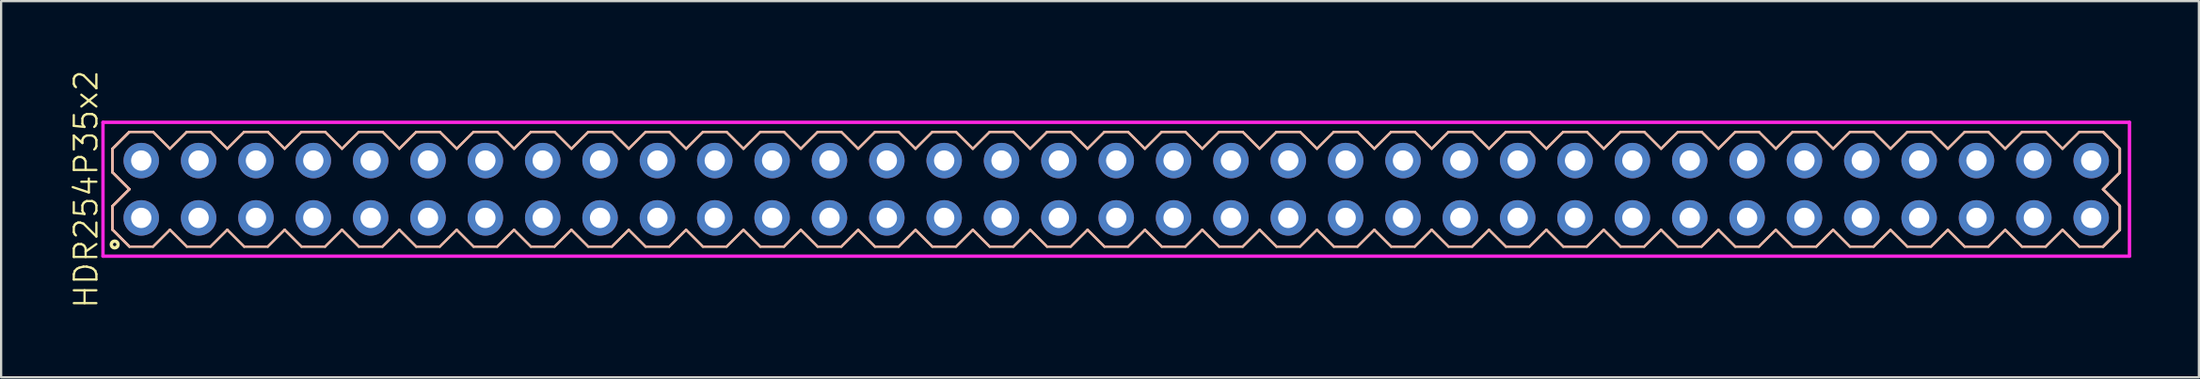
<source format=kicad_pcb>
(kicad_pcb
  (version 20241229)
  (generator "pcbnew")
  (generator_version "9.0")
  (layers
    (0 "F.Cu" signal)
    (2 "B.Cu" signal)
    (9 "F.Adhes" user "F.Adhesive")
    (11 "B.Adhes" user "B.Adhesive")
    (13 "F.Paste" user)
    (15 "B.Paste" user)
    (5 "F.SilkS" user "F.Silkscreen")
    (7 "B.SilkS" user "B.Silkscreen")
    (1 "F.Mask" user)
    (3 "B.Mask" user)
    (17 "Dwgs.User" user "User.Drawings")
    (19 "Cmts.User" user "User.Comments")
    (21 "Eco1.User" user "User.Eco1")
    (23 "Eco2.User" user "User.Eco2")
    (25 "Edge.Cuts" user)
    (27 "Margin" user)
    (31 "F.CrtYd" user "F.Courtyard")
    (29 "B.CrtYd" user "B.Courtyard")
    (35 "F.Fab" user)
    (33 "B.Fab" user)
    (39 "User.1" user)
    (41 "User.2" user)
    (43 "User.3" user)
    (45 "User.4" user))
  (footprint "HDR254P35x2"
    (layer "F.Cu")
    (at 46.386 5.336)
    (property "Reference" "HDR254P35x2" (at -45.625 0 90) (layer "F.SilkS") (effects (font (size 1 1) (thickness 0.1))))
    (attr through_hole)
    (fp_line (start -44.45 -1.796) (end -43.706 -2.54) (stroke (width 0.1) (type solid)) (layer "F.SilkS"))
    (fp_line (start -44.45 -1.796) (end -43.706 -2.54) (stroke (width 0.1) (type solid)) (layer "F.SilkS"))
    (fp_line (start -44.45 -0.744) (end -44.45 -1.796) (stroke (width 0.1) (type solid)) (layer "F.SilkS"))
    (fp_line (start -44.45 -0.744) (end -44.45 -1.796) (stroke (width 0.1) (type solid)) (layer "F.SilkS"))
    (fp_line (start -44.45 0.744) (end -43.706 0) (stroke (width 0.1) (type solid)) (layer "F.SilkS"))
    (fp_line (start -44.45 0.744) (end -43.706 0) (stroke (width 0.1) (type solid)) (layer "F.SilkS"))
    (fp_line (start -44.45 1.796) (end -44.45 0.744) (stroke (width 0.1) (type solid)) (layer "F.SilkS"))
    (fp_line (start -44.45 1.796) (end -44.45 0.744) (stroke (width 0.1) (type solid)) (layer "F.SilkS"))
    (fp_line (start -43.706 -2.54) (end -42.654 -2.54) (stroke (width 0.1) (type solid)) (layer "F.SilkS"))
    (fp_line (start -43.706 0) (end -44.45 -0.744) (stroke (width 0.1) (type solid)) (layer "F.SilkS"))
    (fp_line (start -43.706 0) (end -44.45 -0.744) (stroke (width 0.1) (type solid)) (layer "F.SilkS"))
    (fp_line (start -43.706 2.54) (end -44.45 1.796) (stroke (width 0.1) (type solid)) (layer "F.SilkS"))
    (fp_line (start -43.706 2.54) (end -44.45 1.796) (stroke (width 0.1) (type solid)) (layer "F.SilkS"))
    (fp_line (start -42.654 -2.54) (end -41.91 -1.796) (stroke (width 0.1) (type solid)) (layer "F.SilkS"))
    (fp_line (start -42.654 2.54) (end -43.706 2.54) (stroke (width 0.1) (type solid)) (layer "F.SilkS"))
    (fp_line (start -41.91 -1.796) (end -41.166 -2.54) (stroke (width 0.1) (type solid)) (layer "F.SilkS"))
    (fp_line (start -41.91 1.796) (end -42.654 2.54) (stroke (width 0.1) (type solid)) (layer "F.SilkS"))
    (fp_line (start -41.166 -2.54) (end -40.114 -2.54) (stroke (width 0.1) (type solid)) (layer "F.SilkS"))
    (fp_line (start -41.166 2.54) (end -41.91 1.796) (stroke (width 0.1) (type solid)) (layer "F.SilkS"))
    (fp_line (start -40.114 -2.54) (end -39.37 -1.796) (stroke (width 0.1) (type solid)) (layer "F.SilkS"))
    (fp_line (start -40.114 2.54) (end -41.166 2.54) (stroke (width 0.1) (type solid)) (layer "F.SilkS"))
    (fp_line (start -39.37 -1.796) (end -38.626 -2.54) (stroke (width 0.1) (type solid)) (layer "F.SilkS"))
    (fp_line (start -39.37 1.796) (end -40.114 2.54) (stroke (width 0.1) (type solid)) (layer "F.SilkS"))
    (fp_line (start -38.626 -2.54) (end -37.574 -2.54) (stroke (width 0.1) (type solid)) (layer "F.SilkS"))
    (fp_line (start -38.626 2.54) (end -39.37 1.796) (stroke (width 0.1) (type solid)) (layer "F.SilkS"))
    (fp_line (start -37.574 -2.54) (end -36.83 -1.796) (stroke (width 0.1) (type solid)) (layer "F.SilkS"))
    (fp_line (start -37.574 2.54) (end -38.626 2.54) (stroke (width 0.1) (type solid)) (layer "F.SilkS"))
    (fp_line (start -36.83 -1.796) (end -36.086 -2.54) (stroke (width 0.1) (type solid)) (layer "F.SilkS"))
    (fp_line (start -36.83 1.796) (end -37.574 2.54) (stroke (width 0.1) (type solid)) (layer "F.SilkS"))
    (fp_line (start -36.086 -2.54) (end -35.034 -2.54) (stroke (width 0.1) (type solid)) (layer "F.SilkS"))
    (fp_line (start -36.086 2.54) (end -36.83 1.796) (stroke (width 0.1) (type solid)) (layer "F.SilkS"))
    (fp_line (start -35.034 -2.54) (end -34.29 -1.796) (stroke (width 0.1) (type solid)) (layer "F.SilkS"))
    (fp_line (start -35.034 2.54) (end -36.086 2.54) (stroke (width 0.1) (type solid)) (layer "F.SilkS"))
    (fp_line (start -34.29 -1.796) (end -33.546 -2.54) (stroke (width 0.1) (type solid)) (layer "F.SilkS"))
    (fp_line (start -34.29 1.796) (end -35.034 2.54) (stroke (width 0.1) (type solid)) (layer "F.SilkS"))
    (fp_line (start -33.546 -2.54) (end -32.494 -2.54) (stroke (width 0.1) (type solid)) (layer "F.SilkS"))
    (fp_line (start -33.546 2.54) (end -34.29 1.796) (stroke (width 0.1) (type solid)) (layer "F.SilkS"))
    (fp_line (start -32.494 -2.54) (end -31.75 -1.796) (stroke (width 0.1) (type solid)) (layer "F.SilkS"))
    (fp_line (start -32.494 2.54) (end -33.546 2.54) (stroke (width 0.1) (type solid)) (layer "F.SilkS"))
    (fp_line (start -31.75 -1.796) (end -31.006 -2.54) (stroke (width 0.1) (type solid)) (layer "F.SilkS"))
    (fp_line (start -31.75 1.796) (end -32.494 2.54) (stroke (width 0.1) (type solid)) (layer "F.SilkS"))
    (fp_line (start -31.006 -2.54) (end -29.954 -2.54) (stroke (width 0.1) (type solid)) (layer "F.SilkS"))
    (fp_line (start -31.006 2.54) (end -31.75 1.796) (stroke (width 0.1) (type solid)) (layer "F.SilkS"))
    (fp_line (start -29.954 -2.54) (end -29.21 -1.796) (stroke (width 0.1) (type solid)) (layer "F.SilkS"))
    (fp_line (start -29.954 2.54) (end -31.006 2.54) (stroke (width 0.1) (type solid)) (layer "F.SilkS"))
    (fp_line (start -29.21 -1.796) (end -28.466 -2.54) (stroke (width 0.1) (type solid)) (layer "F.SilkS"))
    (fp_line (start -29.21 1.796) (end -29.954 2.54) (stroke (width 0.1) (type solid)) (layer "F.SilkS"))
    (fp_line (start -28.466 -2.54) (end -27.414 -2.54) (stroke (width 0.1) (type solid)) (layer "F.SilkS"))
    (fp_line (start -28.466 2.54) (end -29.21 1.796) (stroke (width 0.1) (type solid)) (layer "F.SilkS"))
    (fp_line (start -27.414 -2.54) (end -26.67 -1.796) (stroke (width 0.1) (type solid)) (layer "F.SilkS"))
    (fp_line (start -27.414 2.54) (end -28.466 2.54) (stroke (width 0.1) (type solid)) (layer "F.SilkS"))
    (fp_line (start -26.67 -1.796) (end -25.926 -2.54) (stroke (width 0.1) (type solid)) (layer "F.SilkS"))
    (fp_line (start -26.67 1.796) (end -27.414 2.54) (stroke (width 0.1) (type solid)) (layer "F.SilkS"))
    (fp_line (start -25.926 -2.54) (end -24.874 -2.54) (stroke (width 0.1) (type solid)) (layer "F.SilkS"))
    (fp_line (start -25.926 2.54) (end -26.67 1.796) (stroke (width 0.1) (type solid)) (layer "F.SilkS"))
    (fp_line (start -24.874 -2.54) (end -24.13 -1.796) (stroke (width 0.1) (type solid)) (layer "F.SilkS"))
    (fp_line (start -24.874 2.54) (end -25.926 2.54) (stroke (width 0.1) (type solid)) (layer "F.SilkS"))
    (fp_line (start -24.13 -1.796) (end -23.386 -2.54) (stroke (width 0.1) (type solid)) (layer "F.SilkS"))
    (fp_line (start -24.13 1.796) (end -24.874 2.54) (stroke (width 0.1) (type solid)) (layer "F.SilkS"))
    (fp_line (start -23.386 -2.54) (end -22.334 -2.54) (stroke (width 0.1) (type solid)) (layer "F.SilkS"))
    (fp_line (start -23.386 2.54) (end -24.13 1.796) (stroke (width 0.1) (type solid)) (layer "F.SilkS"))
    (fp_line (start -22.334 -2.54) (end -21.59 -1.796) (stroke (width 0.1) (type solid)) (layer "F.SilkS"))
    (fp_line (start -22.334 2.54) (end -23.386 2.54) (stroke (width 0.1) (type solid)) (layer "F.SilkS"))
    (fp_line (start -21.59 -1.796) (end -20.846 -2.54) (stroke (width 0.1) (type solid)) (layer "F.SilkS"))
    (fp_line (start -21.59 1.796) (end -22.334 2.54) (stroke (width 0.1) (type solid)) (layer "F.SilkS"))
    (fp_line (start -20.846 -2.54) (end -19.794 -2.54) (stroke (width 0.1) (type solid)) (layer "F.SilkS"))
    (fp_line (start -20.846 2.54) (end -21.59 1.796) (stroke (width 0.1) (type solid)) (layer "F.SilkS"))
    (fp_line (start -19.794 -2.54) (end -19.05 -1.796) (stroke (width 0.1) (type solid)) (layer "F.SilkS"))
    (fp_line (start -19.794 2.54) (end -20.846 2.54) (stroke (width 0.1) (type solid)) (layer "F.SilkS"))
    (fp_line (start -19.05 -1.796) (end -18.306 -2.54) (stroke (width 0.1) (type solid)) (layer "F.SilkS"))
    (fp_line (start -19.05 1.796) (end -19.794 2.54) (stroke (width 0.1) (type solid)) (layer "F.SilkS"))
    (fp_line (start -18.306 -2.54) (end -17.254 -2.54) (stroke (width 0.1) (type solid)) (layer "F.SilkS"))
    (fp_line (start -18.306 2.54) (end -19.05 1.796) (stroke (width 0.1) (type solid)) (layer "F.SilkS"))
    (fp_line (start -17.254 -2.54) (end -16.51 -1.796) (stroke (width 0.1) (type solid)) (layer "F.SilkS"))
    (fp_line (start -17.254 2.54) (end -18.306 2.54) (stroke (width 0.1) (type solid)) (layer "F.SilkS"))
    (fp_line (start -16.51 -1.796) (end -15.766 -2.54) (stroke (width 0.1) (type solid)) (layer "F.SilkS"))
    (fp_line (start -16.51 1.796) (end -17.254 2.54) (stroke (width 0.1) (type solid)) (layer "F.SilkS"))
    (fp_line (start -15.766 -2.54) (end -14.714 -2.54) (stroke (width 0.1) (type solid)) (layer "F.SilkS"))
    (fp_line (start -15.766 2.54) (end -16.51 1.796) (stroke (width 0.1) (type solid)) (layer "F.SilkS"))
    (fp_line (start -14.714 -2.54) (end -13.97 -1.796) (stroke (width 0.1) (type solid)) (layer "F.SilkS"))
    (fp_line (start -14.714 2.54) (end -15.766 2.54) (stroke (width 0.1) (type solid)) (layer "F.SilkS"))
    (fp_line (start -13.97 -1.796) (end -13.226 -2.54) (stroke (width 0.1) (type solid)) (layer "F.SilkS"))
    (fp_line (start -13.97 1.796) (end -14.714 2.54) (stroke (width 0.1) (type solid)) (layer "F.SilkS"))
    (fp_line (start -13.226 -2.54) (end -12.174 -2.54) (stroke (width 0.1) (type solid)) (layer "F.SilkS"))
    (fp_line (start -13.226 2.54) (end -13.97 1.796) (stroke (width 0.1) (type solid)) (layer "F.SilkS"))
    (fp_line (start -12.174 -2.54) (end -11.43 -1.796) (stroke (width 0.1) (type solid)) (layer "F.SilkS"))
    (fp_line (start -12.174 2.54) (end -13.226 2.54) (stroke (width 0.1) (type solid)) (layer "F.SilkS"))
    (fp_line (start -11.43 -1.796) (end -10.686 -2.54) (stroke (width 0.1) (type solid)) (layer "F.SilkS"))
    (fp_line (start -11.43 1.796) (end -12.174 2.54) (stroke (width 0.1) (type solid)) (layer "F.SilkS"))
    (fp_line (start -10.686 -2.54) (end -9.634 -2.54) (stroke (width 0.1) (type solid)) (layer "F.SilkS"))
    (fp_line (start -10.686 2.54) (end -11.43 1.796) (stroke (width 0.1) (type solid)) (layer "F.SilkS"))
    (fp_line (start -9.634 -2.54) (end -8.89 -1.796) (stroke (width 0.1) (type solid)) (layer "F.SilkS"))
    (fp_line (start -9.634 2.54) (end -10.686 2.54) (stroke (width 0.1) (type solid)) (layer "F.SilkS"))
    (fp_line (start -8.89 -1.796) (end -8.146 -2.54) (stroke (width 0.1) (type solid)) (layer "F.SilkS"))
    (fp_line (start -8.89 1.796) (end -9.634 2.54) (stroke (width 0.1) (type solid)) (layer "F.SilkS"))
    (fp_line (start -8.146 -2.54) (end -7.094 -2.54) (stroke (width 0.1) (type solid)) (layer "F.SilkS"))
    (fp_line (start -8.146 2.54) (end -8.89 1.796) (stroke (width 0.1) (type solid)) (layer "F.SilkS"))
    (fp_line (start -7.094 -2.54) (end -6.35 -1.796) (stroke (width 0.1) (type solid)) (layer "F.SilkS"))
    (fp_line (start -7.094 2.54) (end -8.146 2.54) (stroke (width 0.1) (type solid)) (layer "F.SilkS"))
    (fp_line (start -6.35 -1.796) (end -5.606 -2.54) (stroke (width 0.1) (type solid)) (layer "F.SilkS"))
    (fp_line (start -6.35 1.796) (end -7.094 2.54) (stroke (width 0.1) (type solid)) (layer "F.SilkS"))
    (fp_line (start -5.606 -2.54) (end -4.554 -2.54) (stroke (width 0.1) (type solid)) (layer "F.SilkS"))
    (fp_line (start -5.606 2.54) (end -6.35 1.796) (stroke (width 0.1) (type solid)) (layer "F.SilkS"))
    (fp_line (start -4.554 -2.54) (end -3.81 -1.796) (stroke (width 0.1) (type solid)) (layer "F.SilkS"))
    (fp_line (start -4.554 2.54) (end -5.606 2.54) (stroke (width 0.1) (type solid)) (layer "F.SilkS"))
    (fp_line (start -3.81 -1.796) (end -3.066 -2.54) (stroke (width 0.1) (type solid)) (layer "F.SilkS"))
    (fp_line (start -3.81 1.796) (end -4.554 2.54) (stroke (width 0.1) (type solid)) (layer "F.SilkS"))
    (fp_line (start -3.066 -2.54) (end -2.014 -2.54) (stroke (width 0.1) (type solid)) (layer "F.SilkS"))
    (fp_line (start -3.066 2.54) (end -3.81 1.796) (stroke (width 0.1) (type solid)) (layer "F.SilkS"))
    (fp_line (start -2.014 -2.54) (end -1.27 -1.796) (stroke (width 0.1) (type solid)) (layer "F.SilkS"))
    (fp_line (start -2.014 2.54) (end -3.066 2.54) (stroke (width 0.1) (type solid)) (layer "F.SilkS"))
    (fp_line (start -1.27 -1.796) (end -0.526 -2.54) (stroke (width 0.1) (type solid)) (layer "F.SilkS"))
    (fp_line (start -1.27 1.796) (end -2.014 2.54) (stroke (width 0.1) (type solid)) (layer "F.SilkS"))
    (fp_line (start -0.526 -2.54) (end 0.526 -2.54) (stroke (width 0.1) (type solid)) (layer "F.SilkS"))
    (fp_line (start -0.526 2.54) (end -1.27 1.796) (stroke (width 0.1) (type solid)) (layer "F.SilkS"))
    (fp_line (start 0.526 -2.54) (end 1.27 -1.796) (stroke (width 0.1) (type solid)) (layer "F.SilkS"))
    (fp_line (start 0.526 2.54) (end -0.526 2.54) (stroke (width 0.1) (type solid)) (layer "F.SilkS"))
    (fp_line (start 1.27 -1.796) (end 2.014 -2.54) (stroke (width 0.1) (type solid)) (layer "F.SilkS"))
    (fp_line (start 1.27 1.796) (end 0.526 2.54) (stroke (width 0.1) (type solid)) (layer "F.SilkS"))
    (fp_line (start 2.014 -2.54) (end 3.066 -2.54) (stroke (width 0.1) (type solid)) (layer "F.SilkS"))
    (fp_line (start 2.014 2.54) (end 1.27 1.796) (stroke (width 0.1) (type solid)) (layer "F.SilkS"))
    (fp_line (start 3.066 -2.54) (end 3.81 -1.796) (stroke (width 0.1) (type solid)) (layer "F.SilkS"))
    (fp_line (start 3.066 2.54) (end 2.014 2.54) (stroke (width 0.1) (type solid)) (layer "F.SilkS"))
    (fp_line (start 3.81 -1.796) (end 4.554 -2.54) (stroke (width 0.1) (type solid)) (layer "F.SilkS"))
    (fp_line (start 3.81 1.796) (end 3.066 2.54) (stroke (width 0.1) (type solid)) (layer "F.SilkS"))
    (fp_line (start 4.554 -2.54) (end 5.606 -2.54) (stroke (width 0.1) (type solid)) (layer "F.SilkS"))
    (fp_line (start 4.554 2.54) (end 3.81 1.796) (stroke (width 0.1) (type solid)) (layer "F.SilkS"))
    (fp_line (start 5.606 -2.54) (end 6.35 -1.796) (stroke (width 0.1) (type solid)) (layer "F.SilkS"))
    (fp_line (start 5.606 2.54) (end 4.554 2.54) (stroke (width 0.1) (type solid)) (layer "F.SilkS"))
    (fp_line (start 6.35 -1.796) (end 7.094 -2.54) (stroke (width 0.1) (type solid)) (layer "F.SilkS"))
    (fp_line (start 6.35 1.796) (end 5.606 2.54) (stroke (width 0.1) (type solid)) (layer "F.SilkS"))
    (fp_line (start 7.094 -2.54) (end 8.146 -2.54) (stroke (width 0.1) (type solid)) (layer "F.SilkS"))
    (fp_line (start 7.094 2.54) (end 6.35 1.796) (stroke (width 0.1) (type solid)) (layer "F.SilkS"))
    (fp_line (start 8.146 -2.54) (end 8.89 -1.796) (stroke (width 0.1) (type solid)) (layer "F.SilkS"))
    (fp_line (start 8.146 2.54) (end 7.094 2.54) (stroke (width 0.1) (type solid)) (layer "F.SilkS"))
    (fp_line (start 8.89 -1.796) (end 9.634 -2.54) (stroke (width 0.1) (type solid)) (layer "F.SilkS"))
    (fp_line (start 8.89 1.796) (end 8.146 2.54) (stroke (width 0.1) (type solid)) (layer "F.SilkS"))
    (fp_line (start 9.634 -2.54) (end 10.686 -2.54) (stroke (width 0.1) (type solid)) (layer "F.SilkS"))
    (fp_line (start 9.634 2.54) (end 8.89 1.796) (stroke (width 0.1) (type solid)) (layer "F.SilkS"))
    (fp_line (start 10.686 -2.54) (end 11.43 -1.796) (stroke (width 0.1) (type solid)) (layer "F.SilkS"))
    (fp_line (start 10.686 2.54) (end 9.634 2.54) (stroke (width 0.1) (type solid)) (layer "F.SilkS"))
    (fp_line (start 11.43 -1.796) (end 12.174 -2.54) (stroke (width 0.1) (type solid)) (layer "F.SilkS"))
    (fp_line (start 11.43 1.796) (end 10.686 2.54) (stroke (width 0.1) (type solid)) (layer "F.SilkS"))
    (fp_line (start 12.174 -2.54) (end 13.226 -2.54) (stroke (width 0.1) (type solid)) (layer "F.SilkS"))
    (fp_line (start 12.174 2.54) (end 11.43 1.796) (stroke (width 0.1) (type solid)) (layer "F.SilkS"))
    (fp_line (start 13.226 -2.54) (end 13.97 -1.796) (stroke (width 0.1) (type solid)) (layer "F.SilkS"))
    (fp_line (start 13.226 2.54) (end 12.174 2.54) (stroke (width 0.1) (type solid)) (layer "F.SilkS"))
    (fp_line (start 13.97 -1.796) (end 14.714 -2.54) (stroke (width 0.1) (type solid)) (layer "F.SilkS"))
    (fp_line (start 13.97 1.796) (end 13.226 2.54) (stroke (width 0.1) (type solid)) (layer "F.SilkS"))
    (fp_line (start 14.714 -2.54) (end 15.766 -2.54) (stroke (width 0.1) (type solid)) (layer "F.SilkS"))
    (fp_line (start 14.714 2.54) (end 13.97 1.796) (stroke (width 0.1) (type solid)) (layer "F.SilkS"))
    (fp_line (start 15.766 -2.54) (end 16.51 -1.796) (stroke (width 0.1) (type solid)) (layer "F.SilkS"))
    (fp_line (start 15.766 2.54) (end 14.714 2.54) (stroke (width 0.1) (type solid)) (layer "F.SilkS"))
    (fp_line (start 16.51 -1.796) (end 17.254 -2.54) (stroke (width 0.1) (type solid)) (layer "F.SilkS"))
    (fp_line (start 16.51 1.796) (end 15.766 2.54) (stroke (width 0.1) (type solid)) (layer "F.SilkS"))
    (fp_line (start 17.254 -2.54) (end 18.306 -2.54) (stroke (width 0.1) (type solid)) (layer "F.SilkS"))
    (fp_line (start 17.254 2.54) (end 16.51 1.796) (stroke (width 0.1) (type solid)) (layer "F.SilkS"))
    (fp_line (start 18.306 -2.54) (end 19.05 -1.796) (stroke (width 0.1) (type solid)) (layer "F.SilkS"))
    (fp_line (start 18.306 2.54) (end 17.254 2.54) (stroke (width 0.1) (type solid)) (layer "F.SilkS"))
    (fp_line (start 19.05 -1.796) (end 19.794 -2.54) (stroke (width 0.1) (type solid)) (layer "F.SilkS"))
    (fp_line (start 19.05 1.796) (end 18.306 2.54) (stroke (width 0.1) (type solid)) (layer "F.SilkS"))
    (fp_line (start 19.794 -2.54) (end 20.846 -2.54) (stroke (width 0.1) (type solid)) (layer "F.SilkS"))
    (fp_line (start 19.794 2.54) (end 19.05 1.796) (stroke (width 0.1) (type solid)) (layer "F.SilkS"))
    (fp_line (start 20.846 -2.54) (end 21.59 -1.796) (stroke (width 0.1) (type solid)) (layer "F.SilkS"))
    (fp_line (start 20.846 2.54) (end 19.794 2.54) (stroke (width 0.1) (type solid)) (layer "F.SilkS"))
    (fp_line (start 21.59 -1.796) (end 22.334 -2.54) (stroke (width 0.1) (type solid)) (layer "F.SilkS"))
    (fp_line (start 21.59 1.796) (end 20.846 2.54) (stroke (width 0.1) (type solid)) (layer "F.SilkS"))
    (fp_line (start 22.334 -2.54) (end 23.386 -2.54) (stroke (width 0.1) (type solid)) (layer "F.SilkS"))
    (fp_line (start 22.334 2.54) (end 21.59 1.796) (stroke (width 0.1) (type solid)) (layer "F.SilkS"))
    (fp_line (start 23.386 -2.54) (end 24.13 -1.796) (stroke (width 0.1) (type solid)) (layer "F.SilkS"))
    (fp_line (start 23.386 2.54) (end 22.334 2.54) (stroke (width 0.1) (type solid)) (layer "F.SilkS"))
    (fp_line (start 24.13 -1.796) (end 24.874 -2.54) (stroke (width 0.1) (type solid)) (layer "F.SilkS"))
    (fp_line (start 24.13 1.796) (end 23.386 2.54) (stroke (width 0.1) (type solid)) (layer "F.SilkS"))
    (fp_line (start 24.874 -2.54) (end 25.926 -2.54) (stroke (width 0.1) (type solid)) (layer "F.SilkS"))
    (fp_line (start 24.874 2.54) (end 24.13 1.796) (stroke (width 0.1) (type solid)) (layer "F.SilkS"))
    (fp_line (start 25.926 -2.54) (end 26.67 -1.796) (stroke (width 0.1) (type solid)) (layer "F.SilkS"))
    (fp_line (start 25.926 2.54) (end 24.874 2.54) (stroke (width 0.1) (type solid)) (layer "F.SilkS"))
    (fp_line (start 26.67 -1.796) (end 27.414 -2.54) (stroke (width 0.1) (type solid)) (layer "F.SilkS"))
    (fp_line (start 26.67 1.796) (end 25.926 2.54) (stroke (width 0.1) (type solid)) (layer "F.SilkS"))
    (fp_line (start 27.414 -2.54) (end 28.466 -2.54) (stroke (width 0.1) (type solid)) (layer "F.SilkS"))
    (fp_line (start 27.414 2.54) (end 26.67 1.796) (stroke (width 0.1) (type solid)) (layer "F.SilkS"))
    (fp_line (start 28.466 -2.54) (end 29.21 -1.796) (stroke (width 0.1) (type solid)) (layer "F.SilkS"))
    (fp_line (start 28.466 2.54) (end 27.414 2.54) (stroke (width 0.1) (type solid)) (layer "F.SilkS"))
    (fp_line (start 29.21 -1.796) (end 29.954 -2.54) (stroke (width 0.1) (type solid)) (layer "F.SilkS"))
    (fp_line (start 29.21 1.796) (end 28.466 2.54) (stroke (width 0.1) (type solid)) (layer "F.SilkS"))
    (fp_line (start 29.954 -2.54) (end 31.006 -2.54) (stroke (width 0.1) (type solid)) (layer "F.SilkS"))
    (fp_line (start 29.954 2.54) (end 29.21 1.796) (stroke (width 0.1) (type solid)) (layer "F.SilkS"))
    (fp_line (start 31.006 -2.54) (end 31.75 -1.796) (stroke (width 0.1) (type solid)) (layer "F.SilkS"))
    (fp_line (start 31.006 2.54) (end 29.954 2.54) (stroke (width 0.1) (type solid)) (layer "F.SilkS"))
    (fp_line (start 31.75 -1.796) (end 32.494 -2.54) (stroke (width 0.1) (type solid)) (layer "F.SilkS"))
    (fp_line (start 31.75 1.796) (end 31.006 2.54) (stroke (width 0.1) (type solid)) (layer "F.SilkS"))
    (fp_line (start 32.494 -2.54) (end 33.546 -2.54) (stroke (width 0.1) (type solid)) (layer "F.SilkS"))
    (fp_line (start 32.494 2.54) (end 31.75 1.796) (stroke (width 0.1) (type solid)) (layer "F.SilkS"))
    (fp_line (start 33.546 -2.54) (end 34.29 -1.796) (stroke (width 0.1) (type solid)) (layer "F.SilkS"))
    (fp_line (start 33.546 2.54) (end 32.494 2.54) (stroke (width 0.1) (type solid)) (layer "F.SilkS"))
    (fp_line (start 34.29 -1.796) (end 35.034 -2.54) (stroke (width 0.1) (type solid)) (layer "F.SilkS"))
    (fp_line (start 34.29 1.796) (end 33.546 2.54) (stroke (width 0.1) (type solid)) (layer "F.SilkS"))
    (fp_line (start 35.034 -2.54) (end 36.086 -2.54) (stroke (width 0.1) (type solid)) (layer "F.SilkS"))
    (fp_line (start 35.034 2.54) (end 34.29 1.796) (stroke (width 0.1) (type solid)) (layer "F.SilkS"))
    (fp_line (start 36.086 -2.54) (end 36.83 -1.796) (stroke (width 0.1) (type solid)) (layer "F.SilkS"))
    (fp_line (start 36.086 2.54) (end 35.034 2.54) (stroke (width 0.1) (type solid)) (layer "F.SilkS"))
    (fp_line (start 36.83 -1.796) (end 37.574 -2.54) (stroke (width 0.1) (type solid)) (layer "F.SilkS"))
    (fp_line (start 36.83 1.796) (end 36.086 2.54) (stroke (width 0.1) (type solid)) (layer "F.SilkS"))
    (fp_line (start 37.574 -2.54) (end 38.626 -2.54) (stroke (width 0.1) (type solid)) (layer "F.SilkS"))
    (fp_line (start 37.574 2.54) (end 36.83 1.796) (stroke (width 0.1) (type solid)) (layer "F.SilkS"))
    (fp_line (start 38.626 -2.54) (end 39.37 -1.796) (stroke (width 0.1) (type solid)) (layer "F.SilkS"))
    (fp_line (start 38.626 2.54) (end 37.574 2.54) (stroke (width 0.1) (type solid)) (layer "F.SilkS"))
    (fp_line (start 39.37 -1.796) (end 40.114 -2.54) (stroke (width 0.1) (type solid)) (layer "F.SilkS"))
    (fp_line (start 39.37 1.796) (end 38.626 2.54) (stroke (width 0.1) (type solid)) (layer "F.SilkS"))
    (fp_line (start 40.114 -2.54) (end 41.166 -2.54) (stroke (width 0.1) (type solid)) (layer "F.SilkS"))
    (fp_line (start 40.114 2.54) (end 39.37 1.796) (stroke (width 0.1) (type solid)) (layer "F.SilkS"))
    (fp_line (start 41.166 -2.54) (end 41.91 -1.796) (stroke (width 0.1) (type solid)) (layer "F.SilkS"))
    (fp_line (start 41.166 2.54) (end 40.114 2.54) (stroke (width 0.1) (type solid)) (layer "F.SilkS"))
    (fp_line (start 41.91 -1.796) (end 42.654 -2.54) (stroke (width 0.1) (type solid)) (layer "F.SilkS"))
    (fp_line (start 41.91 1.796) (end 41.166 2.54) (stroke (width 0.1) (type solid)) (layer "F.SilkS"))
    (fp_line (start 42.654 -2.54) (end 43.706 -2.54) (stroke (width 0.1) (type solid)) (layer "F.SilkS"))
    (fp_line (start 42.654 2.54) (end 41.91 1.796) (stroke (width 0.1) (type solid)) (layer "F.SilkS"))
    (fp_line (start 43.706 -2.54) (end 44.45 -1.796) (stroke (width 0.1) (type solid)) (layer "F.SilkS"))
    (fp_line (start 43.706 -2.54) (end 44.45 -1.796) (stroke (width 0.1) (type solid)) (layer "F.SilkS"))
    (fp_line (start 43.706 0) (end 44.45 0.744) (stroke (width 0.1) (type solid)) (layer "F.SilkS"))
    (fp_line (start 43.706 0) (end 44.45 0.744) (stroke (width 0.1) (type solid)) (layer "F.SilkS"))
    (fp_line (start 43.706 2.54) (end 42.654 2.54) (stroke (width 0.1) (type solid)) (layer "F.SilkS"))
    (fp_line (start 44.45 -1.796) (end 44.45 -0.744) (stroke (width 0.1) (type solid)) (layer "F.SilkS"))
    (fp_line (start 44.45 -1.796) (end 44.45 -0.744) (stroke (width 0.1) (type solid)) (layer "F.SilkS"))
    (fp_line (start 44.45 -0.744) (end 43.706 0) (stroke (width 0.1) (type solid)) (layer "F.SilkS"))
    (fp_line (start 44.45 -0.744) (end 43.706 0) (stroke (width 0.1) (type solid)) (layer "F.SilkS"))
    (fp_line (start 44.45 0.744) (end 44.45 1.796) (stroke (width 0.1) (type solid)) (layer "F.SilkS"))
    (fp_line (start 44.45 0.744) (end 44.45 1.796) (stroke (width 0.1) (type solid)) (layer "F.SilkS"))
    (fp_line (start 44.45 1.796) (end 43.706 2.54) (stroke (width 0.1) (type solid)) (layer "F.SilkS"))
    (fp_line (start 44.45 1.796) (end 43.706 2.54) (stroke (width 0.1) (type solid)) (layer "F.SilkS"))
    (fp_circle (center -44.357 2.448) (end -44.207 2.448) (stroke (width 0.15) (type solid)) (fill no) (layer "F.SilkS"))
    (fp_line (start -44.45 -1.796) (end -43.706 -2.54) (stroke (width 0.1) (type solid)) (layer "B.SilkS"))
    (fp_line (start -44.45 -1.796) (end -43.706 -2.54) (stroke (width 0.1) (type solid)) (layer "B.SilkS"))
    (fp_line (start -44.45 -0.744) (end -44.45 -1.796) (stroke (width 0.1) (type solid)) (layer "B.SilkS"))
    (fp_line (start -44.45 -0.744) (end -44.45 -1.796) (stroke (width 0.1) (type solid)) (layer "B.SilkS"))
    (fp_line (start -44.45 0.744) (end -43.706 0) (stroke (width 0.1) (type solid)) (layer "B.SilkS"))
    (fp_line (start -44.45 0.744) (end -43.706 0) (stroke (width 0.1) (type solid)) (layer "B.SilkS"))
    (fp_line (start -44.45 1.796) (end -44.45 0.744) (stroke (width 0.1) (type solid)) (layer "B.SilkS"))
    (fp_line (start -44.45 1.796) (end -44.45 0.744) (stroke (width 0.1) (type solid)) (layer "B.SilkS"))
    (fp_line (start -43.706 -2.54) (end -42.654 -2.54) (stroke (width 0.1) (type solid)) (layer "B.SilkS"))
    (fp_line (start -43.706 0) (end -44.45 -0.744) (stroke (width 0.1) (type solid)) (layer "B.SilkS"))
    (fp_line (start -43.706 0) (end -44.45 -0.744) (stroke (width 0.1) (type solid)) (layer "B.SilkS"))
    (fp_line (start -43.706 2.54) (end -44.45 1.796) (stroke (width 0.1) (type solid)) (layer "B.SilkS"))
    (fp_line (start -43.706 2.54) (end -44.45 1.796) (stroke (width 0.1) (type solid)) (layer "B.SilkS"))
    (fp_line (start -42.654 -2.54) (end -41.91 -1.796) (stroke (width 0.1) (type solid)) (layer "B.SilkS"))
    (fp_line (start -42.654 2.54) (end -43.706 2.54) (stroke (width 0.1) (type solid)) (layer "B.SilkS"))
    (fp_line (start -41.91 -1.796) (end -41.166 -2.54) (stroke (width 0.1) (type solid)) (layer "B.SilkS"))
    (fp_line (start -41.91 1.796) (end -42.654 2.54) (stroke (width 0.1) (type solid)) (layer "B.SilkS"))
    (fp_line (start -41.166 -2.54) (end -40.114 -2.54) (stroke (width 0.1) (type solid)) (layer "B.SilkS"))
    (fp_line (start -41.166 2.54) (end -41.91 1.796) (stroke (width 0.1) (type solid)) (layer "B.SilkS"))
    (fp_line (start -40.114 -2.54) (end -39.37 -1.796) (stroke (width 0.1) (type solid)) (layer "B.SilkS"))
    (fp_line (start -40.114 2.54) (end -41.166 2.54) (stroke (width 0.1) (type solid)) (layer "B.SilkS"))
    (fp_line (start -39.37 -1.796) (end -38.626 -2.54) (stroke (width 0.1) (type solid)) (layer "B.SilkS"))
    (fp_line (start -39.37 1.796) (end -40.114 2.54) (stroke (width 0.1) (type solid)) (layer "B.SilkS"))
    (fp_line (start -38.626 -2.54) (end -37.574 -2.54) (stroke (width 0.1) (type solid)) (layer "B.SilkS"))
    (fp_line (start -38.626 2.54) (end -39.37 1.796) (stroke (width 0.1) (type solid)) (layer "B.SilkS"))
    (fp_line (start -37.574 -2.54) (end -36.83 -1.796) (stroke (width 0.1) (type solid)) (layer "B.SilkS"))
    (fp_line (start -37.574 2.54) (end -38.626 2.54) (stroke (width 0.1) (type solid)) (layer "B.SilkS"))
    (fp_line (start -36.83 -1.796) (end -36.086 -2.54) (stroke (width 0.1) (type solid)) (layer "B.SilkS"))
    (fp_line (start -36.83 1.796) (end -37.574 2.54) (stroke (width 0.1) (type solid)) (layer "B.SilkS"))
    (fp_line (start -36.086 -2.54) (end -35.034 -2.54) (stroke (width 0.1) (type solid)) (layer "B.SilkS"))
    (fp_line (start -36.086 2.54) (end -36.83 1.796) (stroke (width 0.1) (type solid)) (layer "B.SilkS"))
    (fp_line (start -35.034 -2.54) (end -34.29 -1.796) (stroke (width 0.1) (type solid)) (layer "B.SilkS"))
    (fp_line (start -35.034 2.54) (end -36.086 2.54) (stroke (width 0.1) (type solid)) (layer "B.SilkS"))
    (fp_line (start -34.29 -1.796) (end -33.546 -2.54) (stroke (width 0.1) (type solid)) (layer "B.SilkS"))
    (fp_line (start -34.29 1.796) (end -35.034 2.54) (stroke (width 0.1) (type solid)) (layer "B.SilkS"))
    (fp_line (start -33.546 -2.54) (end -32.494 -2.54) (stroke (width 0.1) (type solid)) (layer "B.SilkS"))
    (fp_line (start -33.546 2.54) (end -34.29 1.796) (stroke (width 0.1) (type solid)) (layer "B.SilkS"))
    (fp_line (start -32.494 -2.54) (end -31.75 -1.796) (stroke (width 0.1) (type solid)) (layer "B.SilkS"))
    (fp_line (start -32.494 2.54) (end -33.546 2.54) (stroke (width 0.1) (type solid)) (layer "B.SilkS"))
    (fp_line (start -31.75 -1.796) (end -31.006 -2.54) (stroke (width 0.1) (type solid)) (layer "B.SilkS"))
    (fp_line (start -31.75 1.796) (end -32.494 2.54) (stroke (width 0.1) (type solid)) (layer "B.SilkS"))
    (fp_line (start -31.006 -2.54) (end -29.954 -2.54) (stroke (width 0.1) (type solid)) (layer "B.SilkS"))
    (fp_line (start -31.006 2.54) (end -31.75 1.796) (stroke (width 0.1) (type solid)) (layer "B.SilkS"))
    (fp_line (start -29.954 -2.54) (end -29.21 -1.796) (stroke (width 0.1) (type solid)) (layer "B.SilkS"))
    (fp_line (start -29.954 2.54) (end -31.006 2.54) (stroke (width 0.1) (type solid)) (layer "B.SilkS"))
    (fp_line (start -29.21 -1.796) (end -28.466 -2.54) (stroke (width 0.1) (type solid)) (layer "B.SilkS"))
    (fp_line (start -29.21 1.796) (end -29.954 2.54) (stroke (width 0.1) (type solid)) (layer "B.SilkS"))
    (fp_line (start -28.466 -2.54) (end -27.414 -2.54) (stroke (width 0.1) (type solid)) (layer "B.SilkS"))
    (fp_line (start -28.466 2.54) (end -29.21 1.796) (stroke (width 0.1) (type solid)) (layer "B.SilkS"))
    (fp_line (start -27.414 -2.54) (end -26.67 -1.796) (stroke (width 0.1) (type solid)) (layer "B.SilkS"))
    (fp_line (start -27.414 2.54) (end -28.466 2.54) (stroke (width 0.1) (type solid)) (layer "B.SilkS"))
    (fp_line (start -26.67 -1.796) (end -25.926 -2.54) (stroke (width 0.1) (type solid)) (layer "B.SilkS"))
    (fp_line (start -26.67 1.796) (end -27.414 2.54) (stroke (width 0.1) (type solid)) (layer "B.SilkS"))
    (fp_line (start -25.926 -2.54) (end -24.874 -2.54) (stroke (width 0.1) (type solid)) (layer "B.SilkS"))
    (fp_line (start -25.926 2.54) (end -26.67 1.796) (stroke (width 0.1) (type solid)) (layer "B.SilkS"))
    (fp_line (start -24.874 -2.54) (end -24.13 -1.796) (stroke (width 0.1) (type solid)) (layer "B.SilkS"))
    (fp_line (start -24.874 2.54) (end -25.926 2.54) (stroke (width 0.1) (type solid)) (layer "B.SilkS"))
    (fp_line (start -24.13 -1.796) (end -23.386 -2.54) (stroke (width 0.1) (type solid)) (layer "B.SilkS"))
    (fp_line (start -24.13 1.796) (end -24.874 2.54) (stroke (width 0.1) (type solid)) (layer "B.SilkS"))
    (fp_line (start -23.386 -2.54) (end -22.334 -2.54) (stroke (width 0.1) (type solid)) (layer "B.SilkS"))
    (fp_line (start -23.386 2.54) (end -24.13 1.796) (stroke (width 0.1) (type solid)) (layer "B.SilkS"))
    (fp_line (start -22.334 -2.54) (end -21.59 -1.796) (stroke (width 0.1) (type solid)) (layer "B.SilkS"))
    (fp_line (start -22.334 2.54) (end -23.386 2.54) (stroke (width 0.1) (type solid)) (layer "B.SilkS"))
    (fp_line (start -21.59 -1.796) (end -20.846 -2.54) (stroke (width 0.1) (type solid)) (layer "B.SilkS"))
    (fp_line (start -21.59 1.796) (end -22.334 2.54) (stroke (width 0.1) (type solid)) (layer "B.SilkS"))
    (fp_line (start -20.846 -2.54) (end -19.794 -2.54) (stroke (width 0.1) (type solid)) (layer "B.SilkS"))
    (fp_line (start -20.846 2.54) (end -21.59 1.796) (stroke (width 0.1) (type solid)) (layer "B.SilkS"))
    (fp_line (start -19.794 -2.54) (end -19.05 -1.796) (stroke (width 0.1) (type solid)) (layer "B.SilkS"))
    (fp_line (start -19.794 2.54) (end -20.846 2.54) (stroke (width 0.1) (type solid)) (layer "B.SilkS"))
    (fp_line (start -19.05 -1.796) (end -18.306 -2.54) (stroke (width 0.1) (type solid)) (layer "B.SilkS"))
    (fp_line (start -19.05 1.796) (end -19.794 2.54) (stroke (width 0.1) (type solid)) (layer "B.SilkS"))
    (fp_line (start -18.306 -2.54) (end -17.254 -2.54) (stroke (width 0.1) (type solid)) (layer "B.SilkS"))
    (fp_line (start -18.306 2.54) (end -19.05 1.796) (stroke (width 0.1) (type solid)) (layer "B.SilkS"))
    (fp_line (start -17.254 -2.54) (end -16.51 -1.796) (stroke (width 0.1) (type solid)) (layer "B.SilkS"))
    (fp_line (start -17.254 2.54) (end -18.306 2.54) (stroke (width 0.1) (type solid)) (layer "B.SilkS"))
    (fp_line (start -16.51 -1.796) (end -15.766 -2.54) (stroke (width 0.1) (type solid)) (layer "B.SilkS"))
    (fp_line (start -16.51 1.796) (end -17.254 2.54) (stroke (width 0.1) (type solid)) (layer "B.SilkS"))
    (fp_line (start -15.766 -2.54) (end -14.714 -2.54) (stroke (width 0.1) (type solid)) (layer "B.SilkS"))
    (fp_line (start -15.766 2.54) (end -16.51 1.796) (stroke (width 0.1) (type solid)) (layer "B.SilkS"))
    (fp_line (start -14.714 -2.54) (end -13.97 -1.796) (stroke (width 0.1) (type solid)) (layer "B.SilkS"))
    (fp_line (start -14.714 2.54) (end -15.766 2.54) (stroke (width 0.1) (type solid)) (layer "B.SilkS"))
    (fp_line (start -13.97 -1.796) (end -13.226 -2.54) (stroke (width 0.1) (type solid)) (layer "B.SilkS"))
    (fp_line (start -13.97 1.796) (end -14.714 2.54) (stroke (width 0.1) (type solid)) (layer "B.SilkS"))
    (fp_line (start -13.226 -2.54) (end -12.174 -2.54) (stroke (width 0.1) (type solid)) (layer "B.SilkS"))
    (fp_line (start -13.226 2.54) (end -13.97 1.796) (stroke (width 0.1) (type solid)) (layer "B.SilkS"))
    (fp_line (start -12.174 -2.54) (end -11.43 -1.796) (stroke (width 0.1) (type solid)) (layer "B.SilkS"))
    (fp_line (start -12.174 2.54) (end -13.226 2.54) (stroke (width 0.1) (type solid)) (layer "B.SilkS"))
    (fp_line (start -11.43 -1.796) (end -10.686 -2.54) (stroke (width 0.1) (type solid)) (layer "B.SilkS"))
    (fp_line (start -11.43 1.796) (end -12.174 2.54) (stroke (width 0.1) (type solid)) (layer "B.SilkS"))
    (fp_line (start -10.686 -2.54) (end -9.634 -2.54) (stroke (width 0.1) (type solid)) (layer "B.SilkS"))
    (fp_line (start -10.686 2.54) (end -11.43 1.796) (stroke (width 0.1) (type solid)) (layer "B.SilkS"))
    (fp_line (start -9.634 -2.54) (end -8.89 -1.796) (stroke (width 0.1) (type solid)) (layer "B.SilkS"))
    (fp_line (start -9.634 2.54) (end -10.686 2.54) (stroke (width 0.1) (type solid)) (layer "B.SilkS"))
    (fp_line (start -8.89 -1.796) (end -8.146 -2.54) (stroke (width 0.1) (type solid)) (layer "B.SilkS"))
    (fp_line (start -8.89 1.796) (end -9.634 2.54) (stroke (width 0.1) (type solid)) (layer "B.SilkS"))
    (fp_line (start -8.146 -2.54) (end -7.094 -2.54) (stroke (width 0.1) (type solid)) (layer "B.SilkS"))
    (fp_line (start -8.146 2.54) (end -8.89 1.796) (stroke (width 0.1) (type solid)) (layer "B.SilkS"))
    (fp_line (start -7.094 -2.54) (end -6.35 -1.796) (stroke (width 0.1) (type solid)) (layer "B.SilkS"))
    (fp_line (start -7.094 2.54) (end -8.146 2.54) (stroke (width 0.1) (type solid)) (layer "B.SilkS"))
    (fp_line (start -6.35 -1.796) (end -5.606 -2.54) (stroke (width 0.1) (type solid)) (layer "B.SilkS"))
    (fp_line (start -6.35 1.796) (end -7.094 2.54) (stroke (width 0.1) (type solid)) (layer "B.SilkS"))
    (fp_line (start -5.606 -2.54) (end -4.554 -2.54) (stroke (width 0.1) (type solid)) (layer "B.SilkS"))
    (fp_line (start -5.606 2.54) (end -6.35 1.796) (stroke (width 0.1) (type solid)) (layer "B.SilkS"))
    (fp_line (start -4.554 -2.54) (end -3.81 -1.796) (stroke (width 0.1) (type solid)) (layer "B.SilkS"))
    (fp_line (start -4.554 2.54) (end -5.606 2.54) (stroke (width 0.1) (type solid)) (layer "B.SilkS"))
    (fp_line (start -3.81 -1.796) (end -3.066 -2.54) (stroke (width 0.1) (type solid)) (layer "B.SilkS"))
    (fp_line (start -3.81 1.796) (end -4.554 2.54) (stroke (width 0.1) (type solid)) (layer "B.SilkS"))
    (fp_line (start -3.066 -2.54) (end -2.014 -2.54) (stroke (width 0.1) (type solid)) (layer "B.SilkS"))
    (fp_line (start -3.066 2.54) (end -3.81 1.796) (stroke (width 0.1) (type solid)) (layer "B.SilkS"))
    (fp_line (start -2.014 -2.54) (end -1.27 -1.796) (stroke (width 0.1) (type solid)) (layer "B.SilkS"))
    (fp_line (start -2.014 2.54) (end -3.066 2.54) (stroke (width 0.1) (type solid)) (layer "B.SilkS"))
    (fp_line (start -1.27 -1.796) (end -0.526 -2.54) (stroke (width 0.1) (type solid)) (layer "B.SilkS"))
    (fp_line (start -1.27 1.796) (end -2.014 2.54) (stroke (width 0.1) (type solid)) (layer "B.SilkS"))
    (fp_line (start -0.526 -2.54) (end 0.526 -2.54) (stroke (width 0.1) (type solid)) (layer "B.SilkS"))
    (fp_line (start -0.526 2.54) (end -1.27 1.796) (stroke (width 0.1) (type solid)) (layer "B.SilkS"))
    (fp_line (start 0.526 -2.54) (end 1.27 -1.796) (stroke (width 0.1) (type solid)) (layer "B.SilkS"))
    (fp_line (start 0.526 2.54) (end -0.526 2.54) (stroke (width 0.1) (type solid)) (layer "B.SilkS"))
    (fp_line (start 1.27 -1.796) (end 2.014 -2.54) (stroke (width 0.1) (type solid)) (layer "B.SilkS"))
    (fp_line (start 1.27 1.796) (end 0.526 2.54) (stroke (width 0.1) (type solid)) (layer "B.SilkS"))
    (fp_line (start 2.014 -2.54) (end 3.066 -2.54) (stroke (width 0.1) (type solid)) (layer "B.SilkS"))
    (fp_line (start 2.014 2.54) (end 1.27 1.796) (stroke (width 0.1) (type solid)) (layer "B.SilkS"))
    (fp_line (start 3.066 -2.54) (end 3.81 -1.796) (stroke (width 0.1) (type solid)) (layer "B.SilkS"))
    (fp_line (start 3.066 2.54) (end 2.014 2.54) (stroke (width 0.1) (type solid)) (layer "B.SilkS"))
    (fp_line (start 3.81 -1.796) (end 4.554 -2.54) (stroke (width 0.1) (type solid)) (layer "B.SilkS"))
    (fp_line (start 3.81 1.796) (end 3.066 2.54) (stroke (width 0.1) (type solid)) (layer "B.SilkS"))
    (fp_line (start 4.554 -2.54) (end 5.606 -2.54) (stroke (width 0.1) (type solid)) (layer "B.SilkS"))
    (fp_line (start 4.554 2.54) (end 3.81 1.796) (stroke (width 0.1) (type solid)) (layer "B.SilkS"))
    (fp_line (start 5.606 -2.54) (end 6.35 -1.796) (stroke (width 0.1) (type solid)) (layer "B.SilkS"))
    (fp_line (start 5.606 2.54) (end 4.554 2.54) (stroke (width 0.1) (type solid)) (layer "B.SilkS"))
    (fp_line (start 6.35 -1.796) (end 7.094 -2.54) (stroke (width 0.1) (type solid)) (layer "B.SilkS"))
    (fp_line (start 6.35 1.796) (end 5.606 2.54) (stroke (width 0.1) (type solid)) (layer "B.SilkS"))
    (fp_line (start 7.094 -2.54) (end 8.146 -2.54) (stroke (width 0.1) (type solid)) (layer "B.SilkS"))
    (fp_line (start 7.094 2.54) (end 6.35 1.796) (stroke (width 0.1) (type solid)) (layer "B.SilkS"))
    (fp_line (start 8.146 -2.54) (end 8.89 -1.796) (stroke (width 0.1) (type solid)) (layer "B.SilkS"))
    (fp_line (start 8.146 2.54) (end 7.094 2.54) (stroke (width 0.1) (type solid)) (layer "B.SilkS"))
    (fp_line (start 8.89 -1.796) (end 9.634 -2.54) (stroke (width 0.1) (type solid)) (layer "B.SilkS"))
    (fp_line (start 8.89 1.796) (end 8.146 2.54) (stroke (width 0.1) (type solid)) (layer "B.SilkS"))
    (fp_line (start 9.634 -2.54) (end 10.686 -2.54) (stroke (width 0.1) (type solid)) (layer "B.SilkS"))
    (fp_line (start 9.634 2.54) (end 8.89 1.796) (stroke (width 0.1) (type solid)) (layer "B.SilkS"))
    (fp_line (start 10.686 -2.54) (end 11.43 -1.796) (stroke (width 0.1) (type solid)) (layer "B.SilkS"))
    (fp_line (start 10.686 2.54) (end 9.634 2.54) (stroke (width 0.1) (type solid)) (layer "B.SilkS"))
    (fp_line (start 11.43 -1.796) (end 12.174 -2.54) (stroke (width 0.1) (type solid)) (layer "B.SilkS"))
    (fp_line (start 11.43 1.796) (end 10.686 2.54) (stroke (width 0.1) (type solid)) (layer "B.SilkS"))
    (fp_line (start 12.174 -2.54) (end 13.226 -2.54) (stroke (width 0.1) (type solid)) (layer "B.SilkS"))
    (fp_line (start 12.174 2.54) (end 11.43 1.796) (stroke (width 0.1) (type solid)) (layer "B.SilkS"))
    (fp_line (start 13.226 -2.54) (end 13.97 -1.796) (stroke (width 0.1) (type solid)) (layer "B.SilkS"))
    (fp_line (start 13.226 2.54) (end 12.174 2.54) (stroke (width 0.1) (type solid)) (layer "B.SilkS"))
    (fp_line (start 13.97 -1.796) (end 14.714 -2.54) (stroke (width 0.1) (type solid)) (layer "B.SilkS"))
    (fp_line (start 13.97 1.796) (end 13.226 2.54) (stroke (width 0.1) (type solid)) (layer "B.SilkS"))
    (fp_line (start 14.714 -2.54) (end 15.766 -2.54) (stroke (width 0.1) (type solid)) (layer "B.SilkS"))
    (fp_line (start 14.714 2.54) (end 13.97 1.796) (stroke (width 0.1) (type solid)) (layer "B.SilkS"))
    (fp_line (start 15.766 -2.54) (end 16.51 -1.796) (stroke (width 0.1) (type solid)) (layer "B.SilkS"))
    (fp_line (start 15.766 2.54) (end 14.714 2.54) (stroke (width 0.1) (type solid)) (layer "B.SilkS"))
    (fp_line (start 16.51 -1.796) (end 17.254 -2.54) (stroke (width 0.1) (type solid)) (layer "B.SilkS"))
    (fp_line (start 16.51 1.796) (end 15.766 2.54) (stroke (width 0.1) (type solid)) (layer "B.SilkS"))
    (fp_line (start 17.254 -2.54) (end 18.306 -2.54) (stroke (width 0.1) (type solid)) (layer "B.SilkS"))
    (fp_line (start 17.254 2.54) (end 16.51 1.796) (stroke (width 0.1) (type solid)) (layer "B.SilkS"))
    (fp_line (start 18.306 -2.54) (end 19.05 -1.796) (stroke (width 0.1) (type solid)) (layer "B.SilkS"))
    (fp_line (start 18.306 2.54) (end 17.254 2.54) (stroke (width 0.1) (type solid)) (layer "B.SilkS"))
    (fp_line (start 19.05 -1.796) (end 19.794 -2.54) (stroke (width 0.1) (type solid)) (layer "B.SilkS"))
    (fp_line (start 19.05 1.796) (end 18.306 2.54) (stroke (width 0.1) (type solid)) (layer "B.SilkS"))
    (fp_line (start 19.794 -2.54) (end 20.846 -2.54) (stroke (width 0.1) (type solid)) (layer "B.SilkS"))
    (fp_line (start 19.794 2.54) (end 19.05 1.796) (stroke (width 0.1) (type solid)) (layer "B.SilkS"))
    (fp_line (start 20.846 -2.54) (end 21.59 -1.796) (stroke (width 0.1) (type solid)) (layer "B.SilkS"))
    (fp_line (start 20.846 2.54) (end 19.794 2.54) (stroke (width 0.1) (type solid)) (layer "B.SilkS"))
    (fp_line (start 21.59 -1.796) (end 22.334 -2.54) (stroke (width 0.1) (type solid)) (layer "B.SilkS"))
    (fp_line (start 21.59 1.796) (end 20.846 2.54) (stroke (width 0.1) (type solid)) (layer "B.SilkS"))
    (fp_line (start 22.334 -2.54) (end 23.386 -2.54) (stroke (width 0.1) (type solid)) (layer "B.SilkS"))
    (fp_line (start 22.334 2.54) (end 21.59 1.796) (stroke (width 0.1) (type solid)) (layer "B.SilkS"))
    (fp_line (start 23.386 -2.54) (end 24.13 -1.796) (stroke (width 0.1) (type solid)) (layer "B.SilkS"))
    (fp_line (start 23.386 2.54) (end 22.334 2.54) (stroke (width 0.1) (type solid)) (layer "B.SilkS"))
    (fp_line (start 24.13 -1.796) (end 24.874 -2.54) (stroke (width 0.1) (type solid)) (layer "B.SilkS"))
    (fp_line (start 24.13 1.796) (end 23.386 2.54) (stroke (width 0.1) (type solid)) (layer "B.SilkS"))
    (fp_line (start 24.874 -2.54) (end 25.926 -2.54) (stroke (width 0.1) (type solid)) (layer "B.SilkS"))
    (fp_line (start 24.874 2.54) (end 24.13 1.796) (stroke (width 0.1) (type solid)) (layer "B.SilkS"))
    (fp_line (start 25.926 -2.54) (end 26.67 -1.796) (stroke (width 0.1) (type solid)) (layer "B.SilkS"))
    (fp_line (start 25.926 2.54) (end 24.874 2.54) (stroke (width 0.1) (type solid)) (layer "B.SilkS"))
    (fp_line (start 26.67 -1.796) (end 27.414 -2.54) (stroke (width 0.1) (type solid)) (layer "B.SilkS"))
    (fp_line (start 26.67 1.796) (end 25.926 2.54) (stroke (width 0.1) (type solid)) (layer "B.SilkS"))
    (fp_line (start 27.414 -2.54) (end 28.466 -2.54) (stroke (width 0.1) (type solid)) (layer "B.SilkS"))
    (fp_line (start 27.414 2.54) (end 26.67 1.796) (stroke (width 0.1) (type solid)) (layer "B.SilkS"))
    (fp_line (start 28.466 -2.54) (end 29.21 -1.796) (stroke (width 0.1) (type solid)) (layer "B.SilkS"))
    (fp_line (start 28.466 2.54) (end 27.414 2.54) (stroke (width 0.1) (type solid)) (layer "B.SilkS"))
    (fp_line (start 29.21 -1.796) (end 29.954 -2.54) (stroke (width 0.1) (type solid)) (layer "B.SilkS"))
    (fp_line (start 29.21 1.796) (end 28.466 2.54) (stroke (width 0.1) (type solid)) (layer "B.SilkS"))
    (fp_line (start 29.954 -2.54) (end 31.006 -2.54) (stroke (width 0.1) (type solid)) (layer "B.SilkS"))
    (fp_line (start 29.954 2.54) (end 29.21 1.796) (stroke (width 0.1) (type solid)) (layer "B.SilkS"))
    (fp_line (start 31.006 -2.54) (end 31.75 -1.796) (stroke (width 0.1) (type solid)) (layer "B.SilkS"))
    (fp_line (start 31.006 2.54) (end 29.954 2.54) (stroke (width 0.1) (type solid)) (layer "B.SilkS"))
    (fp_line (start 31.75 -1.796) (end 32.494 -2.54) (stroke (width 0.1) (type solid)) (layer "B.SilkS"))
    (fp_line (start 31.75 1.796) (end 31.006 2.54) (stroke (width 0.1) (type solid)) (layer "B.SilkS"))
    (fp_line (start 32.494 -2.54) (end 33.546 -2.54) (stroke (width 0.1) (type solid)) (layer "B.SilkS"))
    (fp_line (start 32.494 2.54) (end 31.75 1.796) (stroke (width 0.1) (type solid)) (layer "B.SilkS"))
    (fp_line (start 33.546 -2.54) (end 34.29 -1.796) (stroke (width 0.1) (type solid)) (layer "B.SilkS"))
    (fp_line (start 33.546 2.54) (end 32.494 2.54) (stroke (width 0.1) (type solid)) (layer "B.SilkS"))
    (fp_line (start 34.29 -1.796) (end 35.034 -2.54) (stroke (width 0.1) (type solid)) (layer "B.SilkS"))
    (fp_line (start 34.29 1.796) (end 33.546 2.54) (stroke (width 0.1) (type solid)) (layer "B.SilkS"))
    (fp_line (start 35.034 -2.54) (end 36.086 -2.54) (stroke (width 0.1) (type solid)) (layer "B.SilkS"))
    (fp_line (start 35.034 2.54) (end 34.29 1.796) (stroke (width 0.1) (type solid)) (layer "B.SilkS"))
    (fp_line (start 36.086 -2.54) (end 36.83 -1.796) (stroke (width 0.1) (type solid)) (layer "B.SilkS"))
    (fp_line (start 36.086 2.54) (end 35.034 2.54) (stroke (width 0.1) (type solid)) (layer "B.SilkS"))
    (fp_line (start 36.83 -1.796) (end 37.574 -2.54) (stroke (width 0.1) (type solid)) (layer "B.SilkS"))
    (fp_line (start 36.83 1.796) (end 36.086 2.54) (stroke (width 0.1) (type solid)) (layer "B.SilkS"))
    (fp_line (start 37.574 -2.54) (end 38.626 -2.54) (stroke (width 0.1) (type solid)) (layer "B.SilkS"))
    (fp_line (start 37.574 2.54) (end 36.83 1.796) (stroke (width 0.1) (type solid)) (layer "B.SilkS"))
    (fp_line (start 38.626 -2.54) (end 39.37 -1.796) (stroke (width 0.1) (type solid)) (layer "B.SilkS"))
    (fp_line (start 38.626 2.54) (end 37.574 2.54) (stroke (width 0.1) (type solid)) (layer "B.SilkS"))
    (fp_line (start 39.37 -1.796) (end 40.114 -2.54) (stroke (width 0.1) (type solid)) (layer "B.SilkS"))
    (fp_line (start 39.37 1.796) (end 38.626 2.54) (stroke (width 0.1) (type solid)) (layer "B.SilkS"))
    (fp_line (start 40.114 -2.54) (end 41.166 -2.54) (stroke (width 0.1) (type solid)) (layer "B.SilkS"))
    (fp_line (start 40.114 2.54) (end 39.37 1.796) (stroke (width 0.1) (type solid)) (layer "B.SilkS"))
    (fp_line (start 41.166 -2.54) (end 41.91 -1.796) (stroke (width 0.1) (type solid)) (layer "B.SilkS"))
    (fp_line (start 41.166 2.54) (end 40.114 2.54) (stroke (width 0.1) (type solid)) (layer "B.SilkS"))
    (fp_line (start 41.91 -1.796) (end 42.654 -2.54) (stroke (width 0.1) (type solid)) (layer "B.SilkS"))
    (fp_line (start 41.91 1.796) (end 41.166 2.54) (stroke (width 0.1) (type solid)) (layer "B.SilkS"))
    (fp_line (start 42.654 -2.54) (end 43.706 -2.54) (stroke (width 0.1) (type solid)) (layer "B.SilkS"))
    (fp_line (start 42.654 2.54) (end 41.91 1.796) (stroke (width 0.1) (type solid)) (layer "B.SilkS"))
    (fp_line (start 43.706 -2.54) (end 44.45 -1.796) (stroke (width 0.1) (type solid)) (layer "B.SilkS"))
    (fp_line (start 43.706 -2.54) (end 44.45 -1.796) (stroke (width 0.1) (type solid)) (layer "B.SilkS"))
    (fp_line (start 43.706 0) (end 44.45 0.744) (stroke (width 0.1) (type solid)) (layer "B.SilkS"))
    (fp_line (start 43.706 0) (end 44.45 0.744) (stroke (width 0.1) (type solid)) (layer "B.SilkS"))
    (fp_line (start 43.706 2.54) (end 42.654 2.54) (stroke (width 0.1) (type solid)) (layer "B.SilkS"))
    (fp_line (start 44.45 -1.796) (end 44.45 -0.744) (stroke (width 0.1) (type solid)) (layer "B.SilkS"))
    (fp_line (start 44.45 -1.796) (end 44.45 -0.744) (stroke (width 0.1) (type solid)) (layer "B.SilkS"))
    (fp_line (start 44.45 -0.744) (end 43.706 0) (stroke (width 0.1) (type solid)) (layer "B.SilkS"))
    (fp_line (start 44.45 -0.744) (end 43.706 0) (stroke (width 0.1) (type solid)) (layer "B.SilkS"))
    (fp_line (start 44.45 0.744) (end 44.45 1.796) (stroke (width 0.1) (type solid)) (layer "B.SilkS"))
    (fp_line (start 44.45 0.744) (end 44.45 1.796) (stroke (width 0.1) (type solid)) (layer "B.SilkS"))
    (fp_line (start 44.45 1.796) (end 43.706 2.54) (stroke (width 0.1) (type solid)) (layer "B.SilkS"))
    (fp_line (start 44.45 1.796) (end 43.706 2.54) (stroke (width 0.1) (type solid)) (layer "B.SilkS"))
    (fp_line (start -44.875 -2.965) (end -44.875 2.965) (stroke (width 0.15) (type solid)) (layer "F.CrtYd"))
    (fp_line (start -44.875 2.965) (end 44.875 2.965) (stroke (width 0.15) (type solid)) (layer "F.CrtYd"))
    (fp_line (start 44.875 -2.965) (end -44.875 -2.965) (stroke (width 0.15) (type solid)) (layer "F.CrtYd"))
    (fp_line (start 44.875 2.965) (end 44.875 -2.965) (stroke (width 0.15) (type solid)) (layer "F.CrtYd"))
    (pad "1" thru_hole oval (at -43.18 1.27) (size 1.57 1.57) (drill 0.9) (layers "*.Cu" "*.Mask"))
    (pad "2" thru_hole oval (at -43.18 -1.27) (size 1.57 1.57) (drill 0.9) (layers "*.Cu" "*.Mask"))
    (pad "3" thru_hole oval (at -40.64 1.27) (size 1.57 1.57) (drill 0.9) (layers "*.Cu" "*.Mask"))
    (pad "4" thru_hole oval (at -40.64 -1.27) (size 1.57 1.57) (drill 0.9) (layers "*.Cu" "*.Mask"))
    (pad "5" thru_hole oval (at -38.1 1.27) (size 1.57 1.57) (drill 0.9) (layers "*.Cu" "*.Mask"))
    (pad "6" thru_hole oval (at -38.1 -1.27) (size 1.57 1.57) (drill 0.9) (layers "*.Cu" "*.Mask"))
    (pad "7" thru_hole oval (at -35.56 1.27) (size 1.57 1.57) (drill 0.9) (layers "*.Cu" "*.Mask"))
    (pad "8" thru_hole oval (at -35.56 -1.27) (size 1.57 1.57) (drill 0.9) (layers "*.Cu" "*.Mask"))
    (pad "9" thru_hole oval (at -33.02 1.27) (size 1.57 1.57) (drill 0.9) (layers "*.Cu" "*.Mask"))
    (pad "10" thru_hole oval (at -33.02 -1.27) (size 1.57 1.57) (drill 0.9) (layers "*.Cu" "*.Mask"))
    (pad "11" thru_hole oval (at -30.48 1.27) (size 1.57 1.57) (drill 0.9) (layers "*.Cu" "*.Mask"))
    (pad "12" thru_hole oval (at -30.48 -1.27) (size 1.57 1.57) (drill 0.9) (layers "*.Cu" "*.Mask"))
    (pad "13" thru_hole oval (at -27.94 1.27) (size 1.57 1.57) (drill 0.9) (layers "*.Cu" "*.Mask"))
    (pad "14" thru_hole oval (at -27.94 -1.27) (size 1.57 1.57) (drill 0.9) (layers "*.Cu" "*.Mask"))
    (pad "15" thru_hole oval (at -25.4 1.27) (size 1.57 1.57) (drill 0.9) (layers "*.Cu" "*.Mask"))
    (pad "16" thru_hole oval (at -25.4 -1.27) (size 1.57 1.57) (drill 0.9) (layers "*.Cu" "*.Mask"))
    (pad "17" thru_hole oval (at -22.86 1.27) (size 1.57 1.57) (drill 0.9) (layers "*.Cu" "*.Mask"))
    (pad "18" thru_hole oval (at -22.86 -1.27) (size 1.57 1.57) (drill 0.9) (layers "*.Cu" "*.Mask"))
    (pad "19" thru_hole oval (at -20.32 1.27) (size 1.57 1.57) (drill 0.9) (layers "*.Cu" "*.Mask"))
    (pad "20" thru_hole oval (at -20.32 -1.27) (size 1.57 1.57) (drill 0.9) (layers "*.Cu" "*.Mask"))
    (pad "21" thru_hole oval (at -17.78 1.27) (size 1.57 1.57) (drill 0.9) (layers "*.Cu" "*.Mask"))
    (pad "22" thru_hole oval (at -17.78 -1.27) (size 1.57 1.57) (drill 0.9) (layers "*.Cu" "*.Mask"))
    (pad "23" thru_hole oval (at -15.24 1.27) (size 1.57 1.57) (drill 0.9) (layers "*.Cu" "*.Mask"))
    (pad "24" thru_hole oval (at -15.24 -1.27) (size 1.57 1.57) (drill 0.9) (layers "*.Cu" "*.Mask"))
    (pad "25" thru_hole oval (at -12.7 1.27) (size 1.57 1.57) (drill 0.9) (layers "*.Cu" "*.Mask"))
    (pad "26" thru_hole oval (at -12.7 -1.27) (size 1.57 1.57) (drill 0.9) (layers "*.Cu" "*.Mask"))
    (pad "27" thru_hole oval (at -10.16 1.27) (size 1.57 1.57) (drill 0.9) (layers "*.Cu" "*.Mask"))
    (pad "28" thru_hole oval (at -10.16 -1.27) (size 1.57 1.57) (drill 0.9) (layers "*.Cu" "*.Mask"))
    (pad "29" thru_hole oval (at -7.62 1.27) (size 1.57 1.57) (drill 0.9) (layers "*.Cu" "*.Mask"))
    (pad "30" thru_hole oval (at -7.62 -1.27) (size 1.57 1.57) (drill 0.9) (layers "*.Cu" "*.Mask"))
    (pad "31" thru_hole oval (at -5.08 1.27) (size 1.57 1.57) (drill 0.9) (layers "*.Cu" "*.Mask"))
    (pad "32" thru_hole oval (at -5.08 -1.27) (size 1.57 1.57) (drill 0.9) (layers "*.Cu" "*.Mask"))
    (pad "33" thru_hole oval (at -2.54 1.27) (size 1.57 1.57) (drill 0.9) (layers "*.Cu" "*.Mask"))
    (pad "34" thru_hole oval (at -2.54 -1.27) (size 1.57 1.57) (drill 0.9) (layers "*.Cu" "*.Mask"))
    (pad "35" thru_hole oval (at 0 1.27) (size 1.57 1.57) (drill 0.9) (layers "*.Cu" "*.Mask"))
    (pad "36" thru_hole oval (at 0 -1.27) (size 1.57 1.57) (drill 0.9) (layers "*.Cu" "*.Mask"))
    (pad "37" thru_hole oval (at 2.54 1.27) (size 1.57 1.57) (drill 0.9) (layers "*.Cu" "*.Mask"))
    (pad "38" thru_hole oval (at 2.54 -1.27) (size 1.57 1.57) (drill 0.9) (layers "*.Cu" "*.Mask"))
    (pad "39" thru_hole oval (at 5.08 1.27) (size 1.57 1.57) (drill 0.9) (layers "*.Cu" "*.Mask"))
    (pad "40" thru_hole oval (at 5.08 -1.27) (size 1.57 1.57) (drill 0.9) (layers "*.Cu" "*.Mask"))
    (pad "41" thru_hole oval (at 7.62 1.27) (size 1.57 1.57) (drill 0.9) (layers "*.Cu" "*.Mask"))
    (pad "42" thru_hole oval (at 7.62 -1.27) (size 1.57 1.57) (drill 0.9) (layers "*.Cu" "*.Mask"))
    (pad "43" thru_hole oval (at 10.16 1.27) (size 1.57 1.57) (drill 0.9) (layers "*.Cu" "*.Mask"))
    (pad "44" thru_hole oval (at 10.16 -1.27) (size 1.57 1.57) (drill 0.9) (layers "*.Cu" "*.Mask"))
    (pad "45" thru_hole oval (at 12.7 1.27) (size 1.57 1.57) (drill 0.9) (layers "*.Cu" "*.Mask"))
    (pad "46" thru_hole oval (at 12.7 -1.27) (size 1.57 1.57) (drill 0.9) (layers "*.Cu" "*.Mask"))
    (pad "47" thru_hole oval (at 15.24 1.27) (size 1.57 1.57) (drill 0.9) (layers "*.Cu" "*.Mask"))
    (pad "48" thru_hole oval (at 15.24 -1.27) (size 1.57 1.57) (drill 0.9) (layers "*.Cu" "*.Mask"))
    (pad "49" thru_hole oval (at 17.78 1.27) (size 1.57 1.57) (drill 0.9) (layers "*.Cu" "*.Mask"))
    (pad "50" thru_hole oval (at 17.78 -1.27) (size 1.57 1.57) (drill 0.9) (layers "*.Cu" "*.Mask"))
    (pad "51" thru_hole oval (at 20.32 1.27) (size 1.57 1.57) (drill 0.9) (layers "*.Cu" "*.Mask"))
    (pad "52" thru_hole oval (at 20.32 -1.27) (size 1.57 1.57) (drill 0.9) (layers "*.Cu" "*.Mask"))
    (pad "53" thru_hole oval (at 22.86 1.27) (size 1.57 1.57) (drill 0.9) (layers "*.Cu" "*.Mask"))
    (pad "54" thru_hole oval (at 22.86 -1.27) (size 1.57 1.57) (drill 0.9) (layers "*.Cu" "*.Mask"))
    (pad "55" thru_hole oval (at 25.4 1.27) (size 1.57 1.57) (drill 0.9) (layers "*.Cu" "*.Mask"))
    (pad "56" thru_hole oval (at 25.4 -1.27) (size 1.57 1.57) (drill 0.9) (layers "*.Cu" "*.Mask"))
    (pad "57" thru_hole oval (at 27.94 1.27) (size 1.57 1.57) (drill 0.9) (layers "*.Cu" "*.Mask"))
    (pad "58" thru_hole oval (at 27.94 -1.27) (size 1.57 1.57) (drill 0.9) (layers "*.Cu" "*.Mask"))
    (pad "59" thru_hole oval (at 30.48 1.27) (size 1.57 1.57) (drill 0.9) (layers "*.Cu" "*.Mask"))
    (pad "60" thru_hole oval (at 30.48 -1.27) (size 1.57 1.57) (drill 0.9) (layers "*.Cu" "*.Mask"))
    (pad "61" thru_hole oval (at 33.02 1.27) (size 1.57 1.57) (drill 0.9) (layers "*.Cu" "*.Mask"))
    (pad "62" thru_hole oval (at 33.02 -1.27) (size 1.57 1.57) (drill 0.9) (layers "*.Cu" "*.Mask"))
    (pad "63" thru_hole oval (at 35.56 1.27) (size 1.57 1.57) (drill 0.9) (layers "*.Cu" "*.Mask"))
    (pad "64" thru_hole oval (at 35.56 -1.27) (size 1.57 1.57) (drill 0.9) (layers "*.Cu" "*.Mask"))
    (pad "65" thru_hole oval (at 38.1 1.27) (size 1.57 1.57) (drill 0.9) (layers "*.Cu" "*.Mask"))
    (pad "66" thru_hole oval (at 38.1 -1.27) (size 1.57 1.57) (drill 0.9) (layers "*.Cu" "*.Mask"))
    (pad "67" thru_hole oval (at 40.64 1.27) (size 1.57 1.57) (drill 0.9) (layers "*.Cu" "*.Mask"))
    (pad "68" thru_hole oval (at 40.64 -1.27) (size 1.57 1.57) (drill 0.9) (layers "*.Cu" "*.Mask"))
    (pad "69" thru_hole oval (at 43.18 1.27) (size 1.57 1.57) (drill 0.9) (layers "*.Cu" "*.Mask"))
    (pad "70" thru_hole oval (at 43.18 -1.27) (size 1.57 1.57) (drill 0.9) (layers "*.Cu" "*.Mask")))
  (gr_rect
    (start -3 -3)
    (end 94.335 13.671)
    (stroke (width 0.1) (type default))
    (fill no)
    (layer "Edge.Cuts")))
</source>
